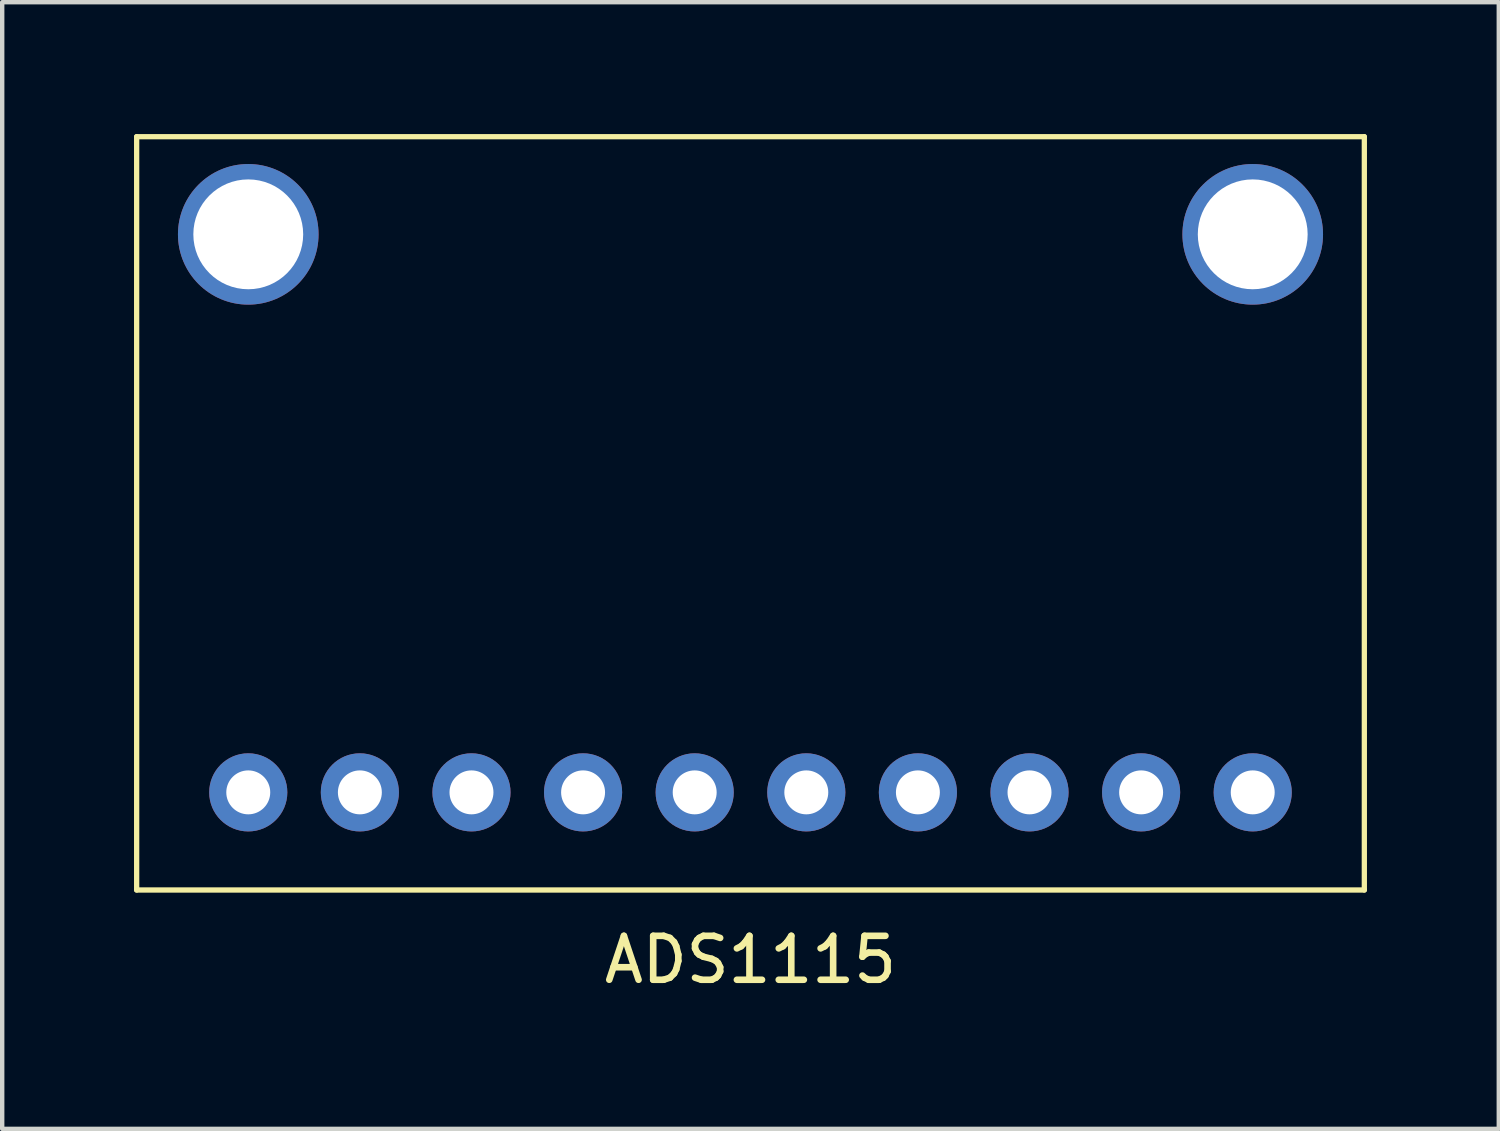
<source format=kicad_pcb>
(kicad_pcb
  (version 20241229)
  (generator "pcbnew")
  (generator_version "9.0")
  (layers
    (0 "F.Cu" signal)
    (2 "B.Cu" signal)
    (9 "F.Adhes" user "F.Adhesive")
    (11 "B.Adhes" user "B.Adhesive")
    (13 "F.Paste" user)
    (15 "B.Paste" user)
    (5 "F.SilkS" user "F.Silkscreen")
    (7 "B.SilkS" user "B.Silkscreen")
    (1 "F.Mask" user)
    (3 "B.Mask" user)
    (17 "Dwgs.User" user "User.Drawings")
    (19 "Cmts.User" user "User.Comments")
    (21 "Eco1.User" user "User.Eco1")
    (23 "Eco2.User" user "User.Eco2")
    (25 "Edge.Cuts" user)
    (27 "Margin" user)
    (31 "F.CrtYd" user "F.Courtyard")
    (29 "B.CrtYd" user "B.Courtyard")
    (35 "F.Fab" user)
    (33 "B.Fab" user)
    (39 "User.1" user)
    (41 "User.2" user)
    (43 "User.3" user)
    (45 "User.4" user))
  (footprint "ADS1115"
    (layer "F.Cu")
    (at 14.03 8.633)
    (property "Reference" "ADS1115" (at 0 10.16 0) (layer "F.SilkS") (effects (font (size 1 1) (thickness 0.15))))
    (attr through_hole)
    (fp_line (start -13.97 -8.572) (end -13.97 8.572) (stroke (width 0.12) (type solid)) (layer "F.SilkS"))
    (fp_line (start -13.97 8.572) (end 13.97 8.572) (stroke (width 0.12) (type solid)) (layer "F.SilkS"))
    (fp_line (start 13.97 -8.572) (end -13.97 -8.572) (stroke (width 0.12) (type solid)) (layer "F.SilkS"))
    (fp_line (start 13.97 -8.572) (end 13.97 8.572) (stroke (width 0.12) (type solid)) (layer "F.SilkS"))
    (pad "" thru_hole circle (at -11.43 -6.35) (size 3.2 3.2) (drill 2.5) (layers "*.Cu" "*.Mask"))
    (pad "" thru_hole circle (at 11.43 -6.35) (size 3.2 3.2) (drill 2.5) (layers "*.Cu" "*.Mask"))
    (pad "1" thru_hole circle (at -11.43 6.35) (size 1.778 1.778) (drill 1) (layers "*.Cu" "*.Mask"))
    (pad "2" thru_hole circle (at -8.89 6.35) (size 1.778 1.778) (drill 1) (layers "*.Cu" "*.Mask"))
    (pad "3" thru_hole circle (at -6.35 6.35) (size 1.778 1.778) (drill 1) (layers "*.Cu" "*.Mask"))
    (pad "4" thru_hole circle (at -3.81 6.35) (size 1.778 1.778) (drill 1) (layers "*.Cu" "*.Mask"))
    (pad "5" thru_hole circle (at -1.27 6.35) (size 1.778 1.778) (drill 1) (layers "*.Cu" "*.Mask"))
    (pad "6" thru_hole circle (at 1.27 6.35) (size 1.778 1.778) (drill 1) (layers "*.Cu" "*.Mask"))
    (pad "7" thru_hole circle (at 3.81 6.35) (size 1.778 1.778) (drill 1) (layers "*.Cu" "*.Mask"))
    (pad "8" thru_hole circle (at 6.35 6.35) (size 1.778 1.778) (drill 1) (layers "*.Cu" "*.Mask"))
    (pad "9" thru_hole circle (at 8.89 6.35) (size 1.778 1.778) (drill 1) (layers "*.Cu" "*.Mask"))
    (pad "10" thru_hole circle (at 11.43 6.35) (size 1.778 1.778) (drill 1) (layers "*.Cu" "*.Mask")))
  (gr_rect
    (start -3 -3)
    (end 31.06 22.641)
    (stroke (width 0.1) (type default))
    (fill no)
    (layer "Edge.Cuts")))
</source>
